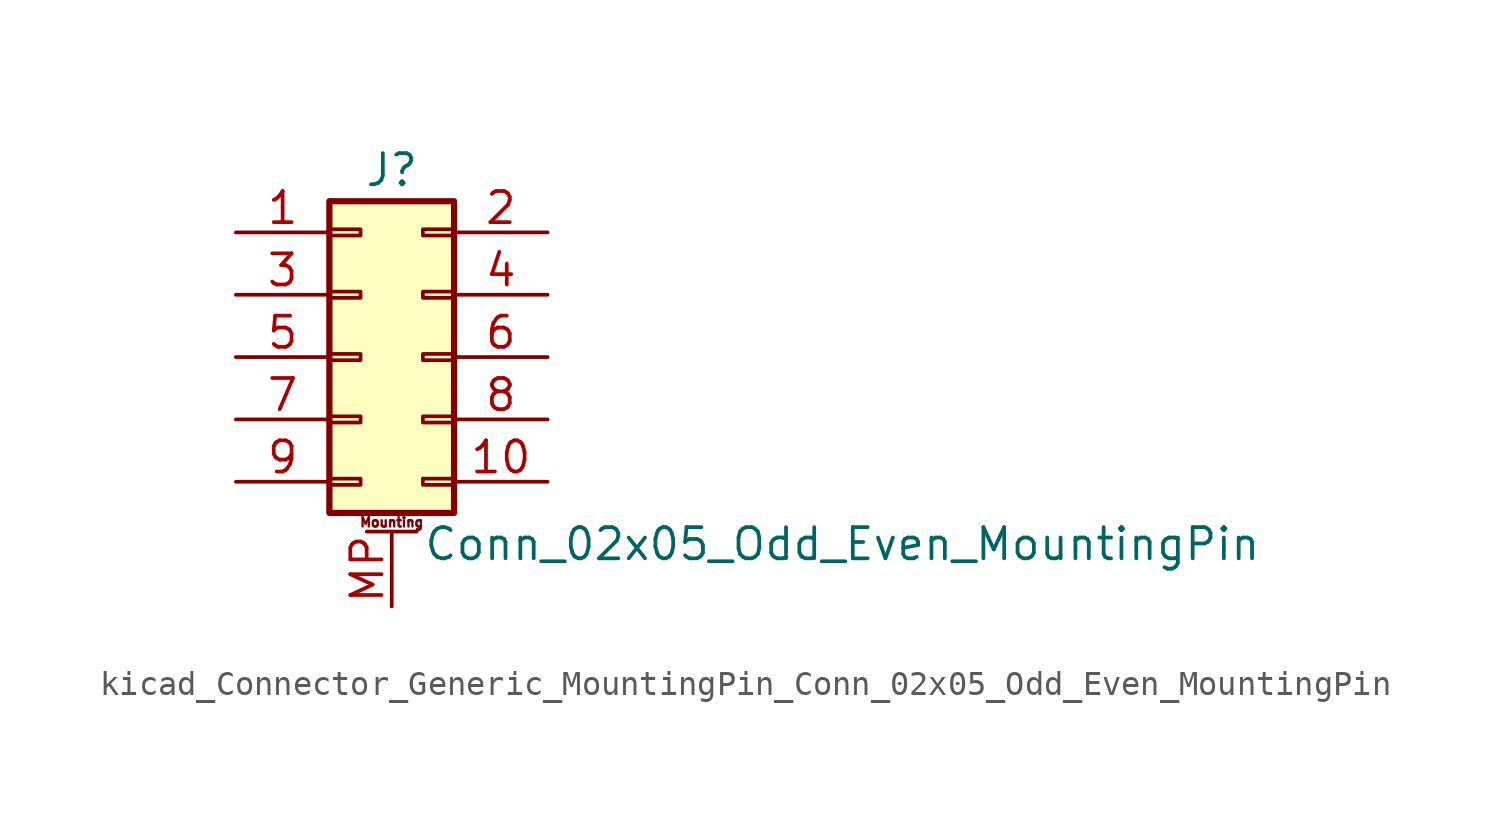
<source format=kicad_sym>
(kicad_symbol_lib
  (version 20220914)
  (generator kicad_symbol_editor)
  (symbol "kicad_Connector_Generic_MountingPin_Conn_02x05_Odd_Even_MountingPin"
    (pin_names
      (offset 1.016) hide)
    (property "Reference" "J"
      (at 1.27 7.62 0)
      (effects (font (size 1.27 1.27))))
    (property "Value" "Conn_02x05_Odd_Even_MountingPin"
      (at 2.54 -7.62 0)
      (effects (font (size 1.27 1.27)) (justify left)))
    (symbol "kicad_Connector_Generic_MountingPin_Conn_02x05_Odd_Even_MountingPin_1_1"
      (rectangle (start -1.27 -4.953) (end 0 -5.207) (stroke (width 0.152) (type default)) (fill (type none)))
      (rectangle (start -1.27 -2.413) (end 0 -2.667) (stroke (width 0.152) (type default)) (fill (type none)))
      (rectangle (start -1.27 0.127) (end 0 -0.127) (stroke (width 0.152) (type default)) (fill (type none)))
      (rectangle (start -1.27 2.667) (end 0 2.413) (stroke (width 0.152) (type default)) (fill (type none)))
      (rectangle (start -1.27 5.207) (end 0 4.953) (stroke (width 0.152) (type default)) (fill (type none)))
      (rectangle (start -1.27 6.35) (end 3.81 -6.35) (stroke (width 0.254) (type default)) (fill (type background)))
      (polyline (pts (xy 0.254 -7.112) (xy 2.286 -7.112)) (stroke (width 0.152) (type default)) (fill (type none)))
      (rectangle (start 3.81 -4.953) (end 2.54 -5.207) (stroke (width 0.152) (type default)) (fill (type none)))
      (rectangle (start 3.81 -2.413) (end 2.54 -2.667) (stroke (width 0.152) (type default)) (fill (type none)))
      (rectangle (start 3.81 0.127) (end 2.54 -0.127) (stroke (width 0.152) (type default)) (fill (type none)))
      (rectangle (start 3.81 2.667) (end 2.54 2.413) (stroke (width 0.152) (type default)) (fill (type none)))
      (rectangle (start 3.81 5.207) (end 2.54 4.953) (stroke (width 0.152) (type default)) (fill (type none)))
      (text "Mounting" (at 1.27 -6.731 0) (effects (font (size 0.381 0.381))))
      (pin passive line (at -5.08 5.08 0) (length 3.81) (name "Pin_1" (effects (font (size 1.27 1.27)))) (number "1" (effects (font (size 1.27 1.27)))))
      (pin passive line (at 7.62 -5.08 180) (length 3.81) (name "Pin_10" (effects (font (size 1.27 1.27)))) (number "10" (effects (font (size 1.27 1.27)))))
      (pin passive line (at 7.62 5.08 180) (length 3.81) (name "Pin_2" (effects (font (size 1.27 1.27)))) (number "2" (effects (font (size 1.27 1.27)))))
      (pin passive line (at -5.08 2.54 0) (length 3.81) (name "Pin_3" (effects (font (size 1.27 1.27)))) (number "3" (effects (font (size 1.27 1.27)))))
      (pin passive line (at 7.62 2.54 180) (length 3.81) (name "Pin_4" (effects (font (size 1.27 1.27)))) (number "4" (effects (font (size 1.27 1.27)))))
      (pin passive line (at -5.08 0 0) (length 3.81) (name "Pin_5" (effects (font (size 1.27 1.27)))) (number "5" (effects (font (size 1.27 1.27)))))
      (pin passive line (at 7.62 0 180) (length 3.81) (name "Pin_6" (effects (font (size 1.27 1.27)))) (number "6" (effects (font (size 1.27 1.27)))))
      (pin passive line (at -5.08 -2.54 0) (length 3.81) (name "Pin_7" (effects (font (size 1.27 1.27)))) (number "7" (effects (font (size 1.27 1.27)))))
      (pin passive line (at 7.62 -2.54 180) (length 3.81) (name "Pin_8" (effects (font (size 1.27 1.27)))) (number "8" (effects (font (size 1.27 1.27)))))
      (pin passive line (at -5.08 -5.08 0) (length 3.81) (name "Pin_9" (effects (font (size 1.27 1.27)))) (number "9" (effects (font (size 1.27 1.27)))))
      (pin passive line (at 1.27 -10.16 90) (length 3.048) (name "MountPin" (effects (font (size 1.27 1.27)))) (number "MP" (effects (font (size 1.27 1.27))))))))
</source>
